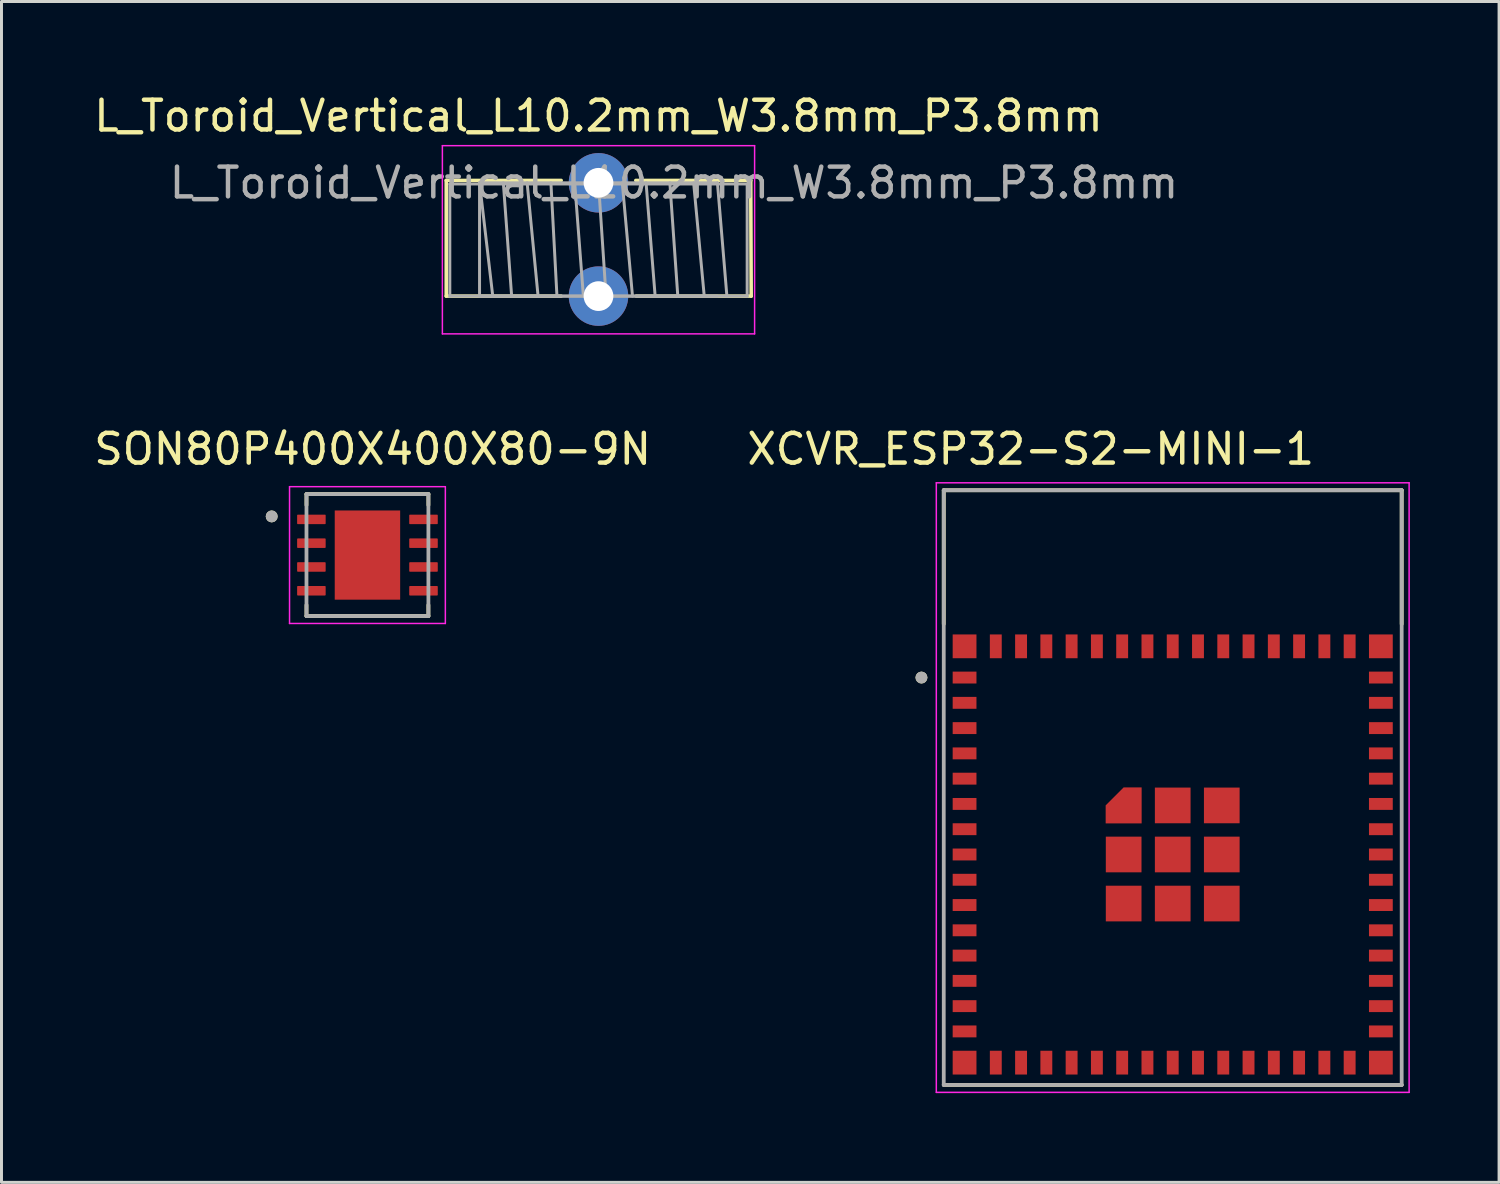
<source format=kicad_pcb>
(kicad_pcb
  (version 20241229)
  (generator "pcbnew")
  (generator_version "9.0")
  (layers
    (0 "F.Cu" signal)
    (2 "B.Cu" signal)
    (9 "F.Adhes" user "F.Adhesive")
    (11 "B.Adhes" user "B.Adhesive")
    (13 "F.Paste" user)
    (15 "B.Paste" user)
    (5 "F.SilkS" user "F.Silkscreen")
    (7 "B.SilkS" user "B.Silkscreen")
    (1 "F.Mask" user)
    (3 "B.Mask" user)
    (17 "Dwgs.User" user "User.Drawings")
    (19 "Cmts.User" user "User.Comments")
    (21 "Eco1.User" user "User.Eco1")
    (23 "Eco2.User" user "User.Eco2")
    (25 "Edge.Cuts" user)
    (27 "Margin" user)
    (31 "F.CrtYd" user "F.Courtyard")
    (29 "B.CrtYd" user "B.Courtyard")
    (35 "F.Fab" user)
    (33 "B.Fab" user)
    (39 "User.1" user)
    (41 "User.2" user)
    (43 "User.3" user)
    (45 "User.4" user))
  (footprint "SON80P400X400X80-9N"
    (layer "F.Cu")
    (at 9.307 15.617)
    (property "Reference" "SON80P400X400X80-9N" (at 0.175 -3.565 0) (layer "F.SilkS") (effects (font (size 1 1) (thickness 0.15))))
    (attr through_hole)
    (fp_line (start -2.05 -2.05) (end -2.05 -1.68) (stroke (width 0.127) (type solid)) (layer "F.SilkS"))
    (fp_line (start -2.05 2.05) (end -2.05 1.68) (stroke (width 0.127) (type solid)) (layer "F.SilkS"))
    (fp_line (start 2.05 -2.05) (end -2.05 -2.05) (stroke (width 0.127) (type solid)) (layer "F.SilkS"))
    (fp_line (start 2.05 -2.05) (end 2.05 -1.68) (stroke (width 0.127) (type solid)) (layer "F.SilkS"))
    (fp_line (start 2.05 2.05) (end -2.05 2.05) (stroke (width 0.127) (type solid)) (layer "F.SilkS"))
    (fp_line (start 2.05 2.05) (end 2.05 1.68) (stroke (width 0.127) (type solid)) (layer "F.SilkS"))
    (fp_circle (center -3.22 -1.3) (end -3.12 -1.3) (stroke (width 0.2) (type solid)) (fill no) (layer "F.SilkS"))
    (fp_poly (pts (xy -0.855 -1.255) (xy -0.125 -1.255) (xy -0.125 -0.125) (xy -0.855 -0.125)) (stroke (width 0.01) (type solid)) (fill yes) (layer "F.Paste"))
    (fp_poly (pts (xy -0.855 0.125) (xy -0.125 0.125) (xy -0.125 1.255) (xy -0.855 1.255)) (stroke (width 0.01) (type solid)) (fill yes) (layer "F.Paste"))
    (fp_poly (pts (xy 0.125 -1.255) (xy 0.855 -1.255) (xy 0.855 -0.125) (xy 0.125 -0.125)) (stroke (width 0.01) (type solid)) (fill yes) (layer "F.Paste"))
    (fp_poly (pts (xy 0.125 0.125) (xy 0.855 0.125) (xy 0.855 1.255) (xy 0.125 1.255)) (stroke (width 0.01) (type solid)) (fill yes) (layer "F.Paste"))
    (fp_line (start -2.62 -2.3) (end -2.62 2.3) (stroke (width 0.05) (type solid)) (layer "F.CrtYd"))
    (fp_line (start -2.62 2.3) (end 2.62 2.3) (stroke (width 0.05) (type solid)) (layer "F.CrtYd"))
    (fp_line (start 2.62 -2.3) (end -2.62 -2.3) (stroke (width 0.05) (type solid)) (layer "F.CrtYd"))
    (fp_line (start 2.62 2.3) (end 2.62 -2.3) (stroke (width 0.05) (type solid)) (layer "F.CrtYd"))
    (fp_line (start -2.05 -2.05) (end -2.05 2.05) (stroke (width 0.127) (type solid)) (layer "F.Fab"))
    (fp_line (start -2.05 2.05) (end 2.05 2.05) (stroke (width 0.127) (type solid)) (layer "F.Fab"))
    (fp_line (start 2.05 -2.05) (end -2.05 -2.05) (stroke (width 0.127) (type solid)) (layer "F.Fab"))
    (fp_line (start 2.05 2.05) (end 2.05 -2.05) (stroke (width 0.127) (type solid)) (layer "F.Fab"))
    (fp_circle (center -3.22 -1.3) (end -3.12 -1.3) (stroke (width 0.2) (type solid)) (fill no) (layer "F.Fab"))
    (pad "1" smd roundrect (at -1.885 -1.2) (size 0.96 0.32) (layers "F.Cu" "F.Mask" "F.Paste") (roundrect_rratio 0.08))
    (pad "2" smd roundrect (at -1.885 -0.4) (size 0.96 0.32) (layers "F.Cu" "F.Mask" "F.Paste") (roundrect_rratio 0.08))
    (pad "3" smd roundrect (at -1.885 0.4) (size 0.96 0.32) (layers "F.Cu" "F.Mask" "F.Paste") (roundrect_rratio 0.08))
    (pad "4" smd roundrect (at -1.885 1.2) (size 0.96 0.32) (layers "F.Cu" "F.Mask" "F.Paste") (roundrect_rratio 0.08))
    (pad "5" smd roundrect (at 1.885 1.2 180) (size 0.96 0.32) (layers "F.Cu" "F.Mask" "F.Paste") (roundrect_rratio 0.08))
    (pad "6" smd roundrect (at 1.885 0.4 180) (size 0.96 0.32) (layers "F.Cu" "F.Mask" "F.Paste") (roundrect_rratio 0.08))
    (pad "7" smd roundrect (at 1.885 -0.4 180) (size 0.96 0.32) (layers "F.Cu" "F.Mask" "F.Paste") (roundrect_rratio 0.08))
    (pad "8" smd roundrect (at 1.885 -1.2 180) (size 0.96 0.32) (layers "F.Cu" "F.Mask" "F.Paste") (roundrect_rratio 0.08))
    (pad "9" smd rect (at 0 0) (size 2.2 3) (layers "F.Cu" "F.Mask")))
  (footprint "L_Toroid_Vertical_L10.2mm_W3.8mm_P3.8mm"
    (layer "F.Cu")
    (at 17.077 3.098)
    (property "Reference" "L_Toroid_Vertical_L10.2mm_W3.8mm_P3.8mm" (at 0 -2.25 0) (layer "F.SilkS") (effects (font (size 1 1) (thickness 0.15))))
    (attr through_hole)
    (fp_line (start -5.12 -0.08) (end -5.12 3.81) (stroke (width 0.12) (type solid)) (layer "F.SilkS"))
    (fp_line (start -5.12 -0.08) (end -1.255 -0.08) (stroke (width 0.12) (type solid)) (layer "F.SilkS"))
    (fp_line (start -5.12 3.81) (end -1.255 3.81) (stroke (width 0.12) (type solid)) (layer "F.SilkS"))
    (fp_line (start 1.255 -0.08) (end 5.12 -0.08) (stroke (width 0.12) (type solid)) (layer "F.SilkS"))
    (fp_line (start 1.27 3.81) (end 5.135 3.81) (stroke (width 0.12) (type solid)) (layer "F.SilkS"))
    (fp_line (start 5.12 -0.08) (end 5.135 3.81) (stroke (width 0.12) (type solid)) (layer "F.SilkS"))
    (fp_line (start -5.25 -1.25) (end -5.25 5.08) (stroke (width 0.05) (type solid)) (layer "F.CrtYd"))
    (fp_line (start -5.25 5.08) (end 5.25 5.08) (stroke (width 0.05) (type solid)) (layer "F.CrtYd"))
    (fp_line (start 5.25 -1.25) (end -5.25 -1.25) (stroke (width 0.05) (type solid)) (layer "F.CrtYd"))
    (fp_line (start 5.25 5.08) (end 5.25 -1.25) (stroke (width 0.05) (type solid)) (layer "F.CrtYd"))
    (fp_line (start -5 0.04) (end -5 3.81) (stroke (width 0.1) (type solid)) (layer "F.Fab"))
    (fp_line (start -5 3.81) (end 5 3.81) (stroke (width 0.1) (type solid)) (layer "F.Fab"))
    (fp_line (start -4 0) (end -4 3.81) (stroke (width 0.1) (type solid)) (layer "F.Fab"))
    (fp_line (start -4 0) (end -3.556 3.81) (stroke (width 0.1) (type solid)) (layer "F.Fab"))
    (fp_line (start -4 3.81) (end 4 3.81) (stroke (width 0.1) (type solid)) (layer "F.Fab"))
    (fp_line (start -3.2 0) (end -2.921 3.81) (stroke (width 0.1) (type solid)) (layer "F.Fab"))
    (fp_line (start -2.4 0) (end -2.032 3.81) (stroke (width 0.1) (type solid)) (layer "F.Fab"))
    (fp_line (start -1.6 0) (end -1.397 3.81) (stroke (width 0.1) (type solid)) (layer "F.Fab"))
    (fp_line (start -0.8 0) (end -0.508 3.81) (stroke (width 0.1) (type solid)) (layer "F.Fab"))
    (fp_line (start 0 0) (end 0.254 3.81) (stroke (width 0.1) (type solid)) (layer "F.Fab"))
    (fp_line (start 0.8 0) (end 1.143 3.81) (stroke (width 0.1) (type solid)) (layer "F.Fab"))
    (fp_line (start 1.6 0) (end 1.905 3.81) (stroke (width 0.1) (type solid)) (layer "F.Fab"))
    (fp_line (start 2.4 0) (end 2.667 3.81) (stroke (width 0.1) (type solid)) (layer "F.Fab"))
    (fp_line (start 3.2 0) (end 3.556 3.81) (stroke (width 0.1) (type solid)) (layer "F.Fab"))
    (fp_line (start 4 0) (end -4 0) (stroke (width 0.1) (type solid)) (layer "F.Fab"))
    (fp_line (start 4.318 3.81) (end 4 0) (stroke (width 0.1) (type solid)) (layer "F.Fab"))
    (fp_line (start 5 0.04) (end -5 0.04) (stroke (width 0.1) (type solid)) (layer "F.Fab"))
    (fp_line (start 5 3.81) (end 5 0.04) (stroke (width 0.1) (type solid)) (layer "F.Fab"))
    (fp_text user "${REFERENCE}" (at 2.54 0 0) (layer "F.Fab") (effects (font (size 1 1) (thickness 0.15))))
    (pad "1" thru_hole circle (at 0 0) (size 2 2) (drill 1) (layers "*.Cu" "*.Mask"))
    (pad "2" thru_hole circle (at 0 3.81) (size 2 2) (drill 1) (layers "*.Cu" "*.Mask")))
  (footprint "XCVR_ESP32-S2-MINI-1"
    (layer "F.Cu")
    (at 36.388 25.686)
    (property "Reference" "XCVR_ESP32-S2-MINI-1" (at -4.775 -13.635 0) (layer "F.SilkS") (effects (font (size 1 1) (thickness 0.15))))
    (attr through_hole)
    (fp_poly (pts (xy -2.35 -0.95) (xy -0.95 -0.95) (xy -0.95 -2.35) (xy -1.7 -2.35) (xy -2.35 -1.7)) (stroke (width 0.01) (type solid)) (fill yes) (layer "F.Mask"))
    (fp_line (start -7.7 -12.25) (end 7.7 -12.25) (stroke (width 0.127) (type solid)) (layer "F.SilkS"))
    (fp_line (start -7.7 -7.75) (end -7.7 -12.25) (stroke (width 0.127) (type solid)) (layer "F.SilkS"))
    (fp_line (start 7.7 -12.25) (end 7.7 -7.75) (stroke (width 0.127) (type solid)) (layer "F.SilkS"))
    (fp_line (start 7.7 7.75) (end -7.7 7.75) (stroke (width 0.127) (type solid)) (layer "F.SilkS"))
    (fp_circle (center -8.45 -5.95) (end -8.35 -5.95) (stroke (width 0.2) (type solid)) (fill no) (layer "F.SilkS"))
    (fp_poly (pts (xy -2.25 -1.05) (xy -1.05 -1.05) (xy -1.05 -2.25) (xy -1.65 -2.25) (xy -2.25 -1.65)) (stroke (width 0.01) (type solid)) (fill yes) (layer "F.Paste"))
    (fp_line (start -7.95 -12.5) (end -7.95 8) (stroke (width 0.05) (type solid)) (layer "F.CrtYd"))
    (fp_line (start -7.95 8) (end 7.95 8) (stroke (width 0.05) (type solid)) (layer "F.CrtYd"))
    (fp_line (start 7.95 -12.5) (end -7.95 -12.5) (stroke (width 0.05) (type solid)) (layer "F.CrtYd"))
    (fp_line (start 7.95 8) (end 7.95 -12.5) (stroke (width 0.05) (type solid)) (layer "F.CrtYd"))
    (fp_line (start -7.7 -12.25) (end 7.7 -12.25) (stroke (width 0.127) (type solid)) (layer "F.Fab"))
    (fp_line (start -7.7 7.75) (end -7.7 -12.25) (stroke (width 0.127) (type solid)) (layer "F.Fab"))
    (fp_line (start 7.7 -12.25) (end 7.7 7.75) (stroke (width 0.127) (type solid)) (layer "F.Fab"))
    (fp_line (start 7.7 7.75) (end -7.7 7.75) (stroke (width 0.127) (type solid)) (layer "F.Fab"))
    (fp_circle (center -8.45 -5.95) (end -8.35 -5.95) (stroke (width 0.2) (type solid)) (fill no) (layer "F.Fab"))
    (pad "1" smd rect (at -7 -5.95) (size 0.8 0.4) (layers "F.Cu" "F.Mask" "F.Paste"))
    (pad "2" smd rect (at -7 -5.1) (size 0.8 0.4) (layers "F.Cu" "F.Mask" "F.Paste"))
    (pad "3" smd rect (at -7 -4.25) (size 0.8 0.4) (layers "F.Cu" "F.Mask" "F.Paste"))
    (pad "4" smd rect (at -7 -3.4) (size 0.8 0.4) (layers "F.Cu" "F.Mask" "F.Paste"))
    (pad "5" smd rect (at -7 -2.55) (size 0.8 0.4) (layers "F.Cu" "F.Mask" "F.Paste"))
    (pad "6" smd rect (at -7 -1.7) (size 0.8 0.4) (layers "F.Cu" "F.Mask" "F.Paste"))
    (pad "7" smd rect (at -7 -0.85) (size 0.8 0.4) (layers "F.Cu" "F.Mask" "F.Paste"))
    (pad "8" smd rect (at -7 0) (size 0.8 0.4) (layers "F.Cu" "F.Mask" "F.Paste"))
    (pad "9" smd rect (at -7 0.85) (size 0.8 0.4) (layers "F.Cu" "F.Mask" "F.Paste"))
    (pad "10" smd rect (at -7 1.7) (size 0.8 0.4) (layers "F.Cu" "F.Mask" "F.Paste"))
    (pad "11" smd rect (at -7 2.55) (size 0.8 0.4) (layers "F.Cu" "F.Mask" "F.Paste"))
    (pad "12" smd rect (at -7 3.4) (size 0.8 0.4) (layers "F.Cu" "F.Mask" "F.Paste"))
    (pad "13" smd rect (at -7 4.25) (size 0.8 0.4) (layers "F.Cu" "F.Mask" "F.Paste"))
    (pad "14" smd rect (at -7 5.1) (size 0.8 0.4) (layers "F.Cu" "F.Mask" "F.Paste"))
    (pad "15" smd rect (at -7 5.95) (size 0.8 0.4) (layers "F.Cu" "F.Mask" "F.Paste"))
    (pad "16" smd rect (at -5.95 7) (size 0.4 0.8) (layers "F.Cu" "F.Mask" "F.Paste"))
    (pad "17" smd rect (at -5.1 7) (size 0.4 0.8) (layers "F.Cu" "F.Mask" "F.Paste"))
    (pad "18" smd rect (at -4.25 7) (size 0.4 0.8) (layers "F.Cu" "F.Mask" "F.Paste"))
    (pad "19" smd rect (at -3.4 7) (size 0.4 0.8) (layers "F.Cu" "F.Mask" "F.Paste"))
    (pad "20" smd rect (at -2.55 7) (size 0.4 0.8) (layers "F.Cu" "F.Mask" "F.Paste"))
    (pad "21" smd rect (at -1.7 7) (size 0.4 0.8) (layers "F.Cu" "F.Mask" "F.Paste"))
    (pad "22" smd rect (at -0.85 7) (size 0.4 0.8) (layers "F.Cu" "F.Mask" "F.Paste"))
    (pad "23" smd rect (at 0 7) (size 0.4 0.8) (layers "F.Cu" "F.Mask" "F.Paste"))
    (pad "24" smd rect (at 0.85 7) (size 0.4 0.8) (layers "F.Cu" "F.Mask" "F.Paste"))
    (pad "25" smd rect (at 1.7 7) (size 0.4 0.8) (layers "F.Cu" "F.Mask" "F.Paste"))
    (pad "26" smd rect (at 2.55 7) (size 0.4 0.8) (layers "F.Cu" "F.Mask" "F.Paste"))
    (pad "27" smd rect (at 3.4 7) (size 0.4 0.8) (layers "F.Cu" "F.Mask" "F.Paste"))
    (pad "28" smd rect (at 4.25 7) (size 0.4 0.8) (layers "F.Cu" "F.Mask" "F.Paste"))
    (pad "29" smd rect (at 5.1 7) (size 0.4 0.8) (layers "F.Cu" "F.Mask" "F.Paste"))
    (pad "30" smd rect (at 5.95 7) (size 0.4 0.8) (layers "F.Cu" "F.Mask" "F.Paste"))
    (pad "31" smd rect (at 7 5.95) (size 0.8 0.4) (layers "F.Cu" "F.Mask" "F.Paste"))
    (pad "32" smd rect (at 7 5.1) (size 0.8 0.4) (layers "F.Cu" "F.Mask" "F.Paste"))
    (pad "33" smd rect (at 7 4.25) (size 0.8 0.4) (layers "F.Cu" "F.Mask" "F.Paste"))
    (pad "34" smd rect (at 7 3.4) (size 0.8 0.4) (layers "F.Cu" "F.Mask" "F.Paste"))
    (pad "35" smd rect (at 7 2.55) (size 0.8 0.4) (layers "F.Cu" "F.Mask" "F.Paste"))
    (pad "36" smd rect (at 7 1.7) (size 0.8 0.4) (layers "F.Cu" "F.Mask" "F.Paste"))
    (pad "37" smd rect (at 7 0.85) (size 0.8 0.4) (layers "F.Cu" "F.Mask" "F.Paste"))
    (pad "38" smd rect (at 7 0) (size 0.8 0.4) (layers "F.Cu" "F.Mask" "F.Paste"))
    (pad "39" smd rect (at 7 -0.85) (size 0.8 0.4) (layers "F.Cu" "F.Mask" "F.Paste"))
    (pad "40" smd rect (at 7 -1.7) (size 0.8 0.4) (layers "F.Cu" "F.Mask" "F.Paste"))
    (pad "41" smd rect (at 7 -2.55) (size 0.8 0.4) (layers "F.Cu" "F.Mask" "F.Paste"))
    (pad "42" smd rect (at 7 -3.4) (size 0.8 0.4) (layers "F.Cu" "F.Mask" "F.Paste"))
    (pad "43" smd rect (at 7 -4.25) (size 0.8 0.4) (layers "F.Cu" "F.Mask" "F.Paste"))
    (pad "44" smd rect (at 7 -5.1) (size 0.8 0.4) (layers "F.Cu" "F.Mask" "F.Paste"))
    (pad "45" smd rect (at 7 -5.95) (size 0.8 0.4) (layers "F.Cu" "F.Mask" "F.Paste"))
    (pad "46" smd rect (at 5.95 -7) (size 0.4 0.8) (layers "F.Cu" "F.Mask" "F.Paste"))
    (pad "47" smd rect (at 5.1 -7) (size 0.4 0.8) (layers "F.Cu" "F.Mask" "F.Paste"))
    (pad "48" smd rect (at 4.25 -7) (size 0.4 0.8) (layers "F.Cu" "F.Mask" "F.Paste"))
    (pad "49" smd rect (at 3.4 -7) (size 0.4 0.8) (layers "F.Cu" "F.Mask" "F.Paste"))
    (pad "50" smd rect (at 2.55 -7) (size 0.4 0.8) (layers "F.Cu" "F.Mask" "F.Paste"))
    (pad "51" smd rect (at 1.7 -7) (size 0.4 0.8) (layers "F.Cu" "F.Mask" "F.Paste"))
    (pad "52" smd rect (at 0.85 -7) (size 0.4 0.8) (layers "F.Cu" "F.Mask" "F.Paste"))
    (pad "53" smd rect (at 0 -7) (size 0.4 0.8) (layers "F.Cu" "F.Mask" "F.Paste"))
    (pad "54" smd rect (at -0.85 -7) (size 0.4 0.8) (layers "F.Cu" "F.Mask" "F.Paste"))
    (pad "55" smd rect (at -1.7 -7) (size 0.4 0.8) (layers "F.Cu" "F.Mask" "F.Paste"))
    (pad "56" smd rect (at -2.55 -7) (size 0.4 0.8) (layers "F.Cu" "F.Mask" "F.Paste"))
    (pad "57" smd rect (at -3.4 -7) (size 0.4 0.8) (layers "F.Cu" "F.Mask" "F.Paste"))
    (pad "58" smd rect (at -4.25 -7) (size 0.4 0.8) (layers "F.Cu" "F.Mask" "F.Paste"))
    (pad "59" smd rect (at -5.1 -7) (size 0.4 0.8) (layers "F.Cu" "F.Mask" "F.Paste"))
    (pad "60" smd rect (at -5.95 -7) (size 0.4 0.8) (layers "F.Cu" "F.Mask" "F.Paste"))
    (pad "61" smd rect (at 0 0) (size 1.2 1.2) (layers "F.Cu" "F.Mask" "F.Paste"))
    (pad "61_1" smd rect (at -1.65 0) (size 1.2 1.2) (layers "F.Cu" "F.Mask" "F.Paste"))
    (pad "61_2" smd rect (at -1.65 1.65) (size 1.2 1.2) (layers "F.Cu" "F.Mask" "F.Paste"))
    (pad "61_3" smd rect (at 0 1.65) (size 1.2 1.2) (layers "F.Cu" "F.Mask" "F.Paste"))
    (pad "61_4" smd rect (at 1.65 1.65) (size 1.2 1.2) (layers "F.Cu" "F.Mask" "F.Paste"))
    (pad "61_5" smd rect (at 1.65 0) (size 1.2 1.2) (layers "F.Cu" "F.Mask" "F.Paste"))
    (pad "61_6" smd rect (at 1.65 -1.65) (size 1.2 1.2) (layers "F.Cu" "F.Mask" "F.Paste"))
    (pad "61_7" smd rect (at 0 -1.65) (size 1.2 1.2) (layers "F.Cu" "F.Mask" "F.Paste"))
    (pad "61_8" smd custom (at -1.65 -1.65) (size 0.6 0.6) (layers "F.Cu") (options (anchor rect)) (primitives (gr_poly (pts (xy -0.6 0.6) (xy 0.6 0.6) (xy 0.6 -0.6) (xy 0 -0.6) (xy -0.6 0)) (width 0.01) (fill yes))))
    (pad "62" smd rect (at -7 -7) (size 0.8 0.8) (layers "F.Cu" "F.Mask" "F.Paste"))
    (pad "63" smd rect (at -7 7) (size 0.8 0.8) (layers "F.Cu" "F.Mask" "F.Paste"))
    (pad "64" smd rect (at 7 7) (size 0.8 0.8) (layers "F.Cu" "F.Mask" "F.Paste"))
    (pad "65" smd rect (at 7 -7) (size 0.8 0.8) (layers "F.Cu" "F.Mask" "F.Paste"))
    (zone (net_name "") (layer "F.Cu") (hatch full 0.508) (connect_pads) (min_thickness 0.01) (filled_areas_thickness no) (keepout (tracks not_allowed) (vias not_allowed) (pads not_allowed) (copperpour not_allowed) (footprints allowed)) (placement (enabled no)) (fill) (polygon (pts (xy 28.688 13.437) (xy 44.088 13.437) (xy 44.088 17.936) (xy 28.688 17.936))))
    (zone (net_name "") (layers "F.Cu" "B.Cu") (hatch full 0.508) (connect_pads) (min_thickness 0.01) (filled_areas_thickness no) (keepout (tracks allowed) (vias not_allowed) (pads allowed) (copperpour allowed) (footprints allowed)) (placement (enabled no)) (fill) (polygon (pts (xy 28.688 13.437) (xy 44.088 13.437) (xy 44.088 17.936) (xy 28.688 17.936))))
    (zone (net_name "") (layer "B.Cu") (hatch full 0.508) (connect_pads) (min_thickness 0.01) (filled_areas_thickness no) (keepout (tracks not_allowed) (vias not_allowed) (pads not_allowed) (copperpour not_allowed) (footprints allowed)) (placement (enabled no)) (fill) (polygon (pts (xy 28.688 13.437) (xy 44.088 13.437) (xy 44.088 17.936) (xy 28.688 17.936)))))
  (gr_rect
    (start -3 -3)
    (end 47.363 36.712)
    (stroke (width 0.1) (type default))
    (fill no)
    (layer "Edge.Cuts")))
</source>
